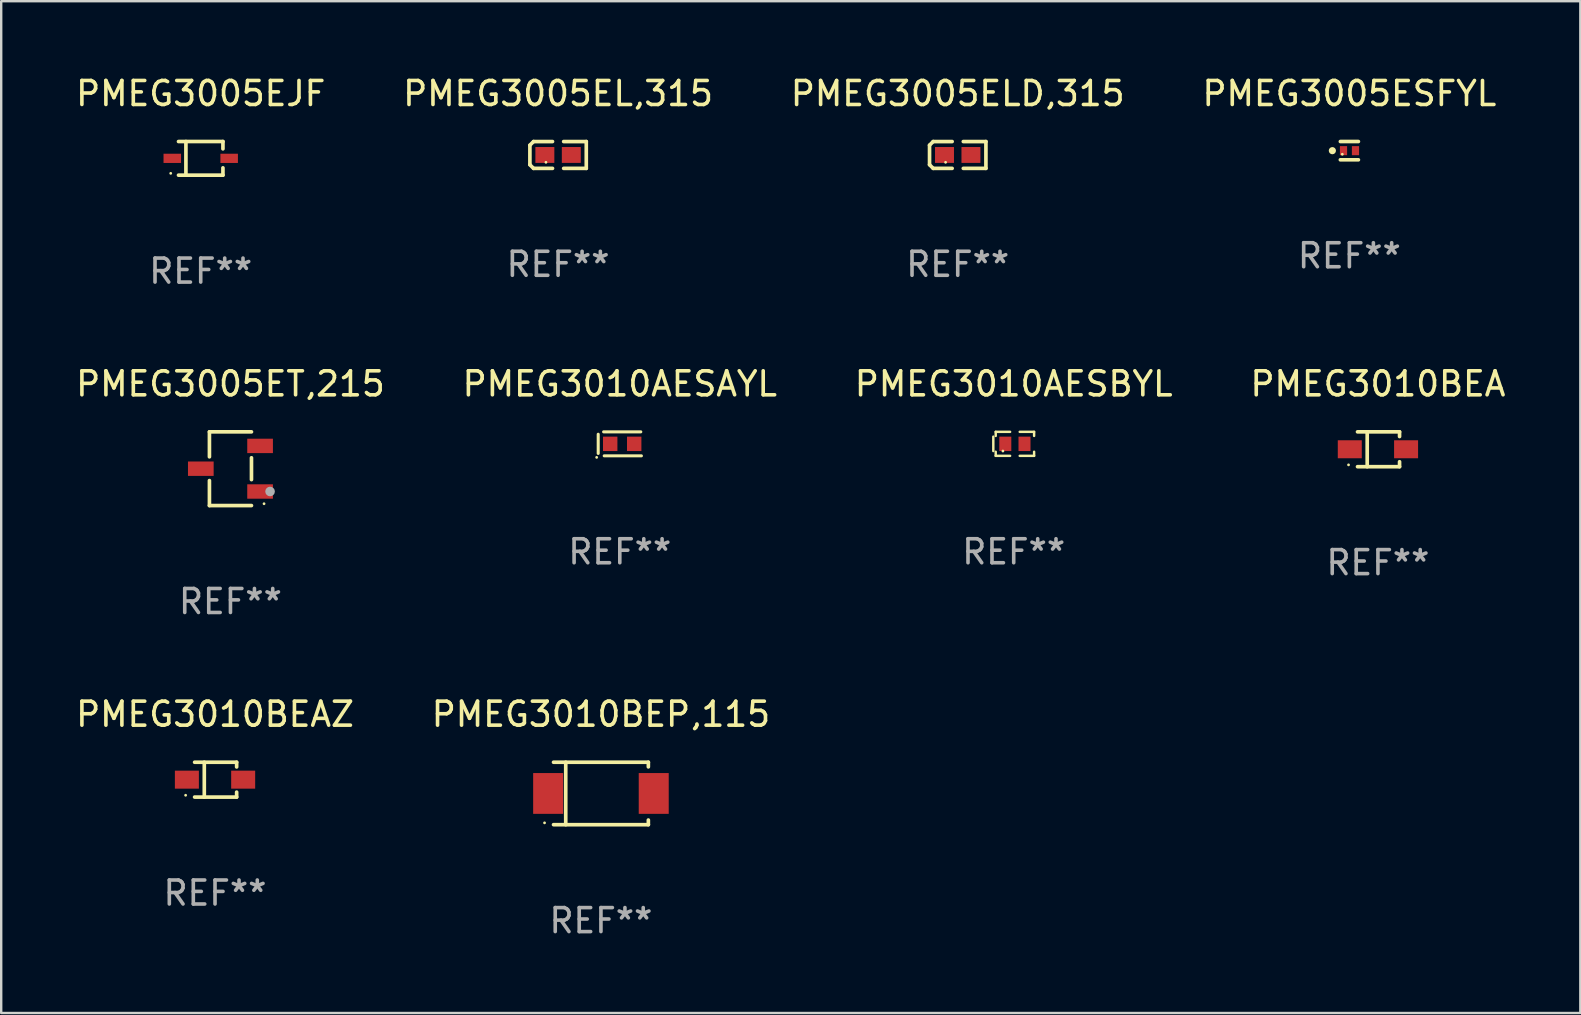
<source format=kicad_pcb>
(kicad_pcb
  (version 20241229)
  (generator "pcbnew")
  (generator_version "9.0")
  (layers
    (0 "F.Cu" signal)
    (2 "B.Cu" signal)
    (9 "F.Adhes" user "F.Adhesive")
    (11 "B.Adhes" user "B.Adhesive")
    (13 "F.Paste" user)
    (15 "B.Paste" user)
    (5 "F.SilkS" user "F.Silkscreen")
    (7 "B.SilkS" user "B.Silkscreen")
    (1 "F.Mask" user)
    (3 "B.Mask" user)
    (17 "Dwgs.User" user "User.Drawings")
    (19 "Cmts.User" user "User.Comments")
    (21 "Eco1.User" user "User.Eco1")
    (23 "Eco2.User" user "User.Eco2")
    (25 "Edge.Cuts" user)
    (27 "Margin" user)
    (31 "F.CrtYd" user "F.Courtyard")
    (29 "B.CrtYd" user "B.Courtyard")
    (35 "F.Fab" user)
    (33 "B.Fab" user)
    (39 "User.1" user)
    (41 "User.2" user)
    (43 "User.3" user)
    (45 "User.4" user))
  (footprint "PMEG3005ELD,315"
    (layer "F.Cu")
    (at 36.863 3.408)
    (property "Reference" "PMEG3005ELD,315" (at 0 -2.559 0) (layer "F.SilkS") (effects (font (size 1 1) (thickness 0.15))))
    (attr through_hole)
    (fp_line (start -1.175 -0.407) (end -1.023 -0.559) (stroke (width 0.152) (type solid)) (layer "F.SilkS"))
    (fp_line (start -1.175 0.407) (end -1.175 -0.407) (stroke (width 0.152) (type solid)) (layer "F.SilkS"))
    (fp_line (start -1.023 -0.559) (end -0.232 -0.559) (stroke (width 0.152) (type solid)) (layer "F.SilkS"))
    (fp_line (start -1.023 0.559) (end -1.175 0.407) (stroke (width 0.152) (type solid)) (layer "F.SilkS"))
    (fp_line (start -0.232 0.559) (end -1.023 0.559) (stroke (width 0.152) (type solid)) (layer "F.SilkS"))
    (fp_line (start 0.232 0.559) (end 1.175 0.559) (stroke (width 0.152) (type solid)) (layer "F.SilkS"))
    (fp_line (start 1.175 -0.559) (end 0.232 -0.559) (stroke (width 0.152) (type solid)) (layer "F.SilkS"))
    (fp_line (start 1.175 0.559) (end 1.175 -0.559) (stroke (width 0.152) (type solid)) (layer "F.SilkS"))
    (fp_circle (center -0.506 0.306) (end -0.476 0.306) (stroke (width 0.06) (type solid)) (fill no) (layer "F.SilkS"))
    (fp_text user "REF**" (at 0 4.559 0) (layer "F.Fab") (effects (font (size 1 1) (thickness 0.15))))
    (pad "1" smd rect (at -0.551 0) (size 0.79 0.661) (layers "F.Cu" "F.Mask" "F.Paste"))
    (pad "2" smd rect (at 0.551 0) (size 0.79 0.661) (layers "F.Cu" "F.Mask" "F.Paste")))
  (footprint "PMEG3005EL,315"
    (layer "F.Cu")
    (at 20.208 3.408)
    (property "Reference" "PMEG3005EL,315" (at 0 -2.559 0) (layer "F.SilkS") (effects (font (size 1 1) (thickness 0.15))))
    (attr through_hole)
    (fp_line (start -1.175 -0.407) (end -1.023 -0.559) (stroke (width 0.152) (type solid)) (layer "F.SilkS"))
    (fp_line (start -1.175 0.407) (end -1.175 -0.407) (stroke (width 0.152) (type solid)) (layer "F.SilkS"))
    (fp_line (start -1.023 -0.559) (end -0.232 -0.559) (stroke (width 0.152) (type solid)) (layer "F.SilkS"))
    (fp_line (start -1.023 0.559) (end -1.175 0.407) (stroke (width 0.152) (type solid)) (layer "F.SilkS"))
    (fp_line (start -0.232 0.559) (end -1.023 0.559) (stroke (width 0.152) (type solid)) (layer "F.SilkS"))
    (fp_line (start 0.232 0.559) (end 1.175 0.559) (stroke (width 0.152) (type solid)) (layer "F.SilkS"))
    (fp_line (start 1.175 -0.559) (end 0.232 -0.559) (stroke (width 0.152) (type solid)) (layer "F.SilkS"))
    (fp_line (start 1.175 0.559) (end 1.175 -0.559) (stroke (width 0.152) (type solid)) (layer "F.SilkS"))
    (fp_circle (center -0.506 0.306) (end -0.476 0.306) (stroke (width 0.06) (type solid)) (fill no) (layer "F.SilkS"))
    (fp_text user "REF**" (at 0 4.559 0) (layer "F.Fab") (effects (font (size 1 1) (thickness 0.15))))
    (pad "1" smd rect (at -0.551 0) (size 0.79 0.661) (layers "F.Cu" "F.Mask" "F.Paste"))
    (pad "2" smd rect (at 0.551 0) (size 0.79 0.661) (layers "F.Cu" "F.Mask" "F.Paste")))
  (footprint "PMEG3010BEA"
    (layer "F.Cu")
    (at 54.375 15.673)
    (property "Reference" "PMEG3010BEA" (at 0 -2.726 0) (layer "F.SilkS") (effects (font (size 1 1) (thickness 0.15))))
    (attr through_hole)
    (fp_line (start -0.851 -0.726) (end 0.901 -0.726) (stroke (width 0.152) (type solid)) (layer "F.SilkS"))
    (fp_line (start -0.851 0.726) (end 0.901 0.726) (stroke (width 0.152) (type solid)) (layer "F.SilkS"))
    (fp_line (start -0.447 -0.726) (end -0.447 0.726) (stroke (width 0.152) (type solid)) (layer "F.SilkS"))
    (fp_line (start 0.901 -0.726) (end 0.901 -0.53) (stroke (width 0.152) (type solid)) (layer "F.SilkS"))
    (fp_line (start 0.901 0.726) (end 0.901 0.52) (stroke (width 0.152) (type solid)) (layer "F.SilkS"))
    (fp_circle (center -1.225 0.65) (end -1.195 0.65) (stroke (width 0.06) (type solid)) (fill no) (layer "F.SilkS"))
    (fp_text user "REF**" (at 0 4.726 0) (layer "F.Fab") (effects (font (size 1 1) (thickness 0.15))))
    (pad "1" smd rect (at -1.173 0) (size 1 0.75) (layers "F.Cu" "F.Mask" "F.Paste"))
    (pad "2" smd rect (at 1.173 0) (size 1 0.75) (layers "F.Cu" "F.Mask" "F.Paste")))
  (footprint "PMEG3005ET,215"
    (layer "F.Cu")
    (at 6.554 16.483)
    (property "Reference" "PMEG3005ET,215" (at 0 -3.536 0) (layer "F.SilkS") (effects (font (size 1 1) (thickness 0.15))))
    (attr through_hole)
    (fp_line (start -0.876 -1.536) (end -0.876 -0.495) (stroke (width 0.152) (type solid)) (layer "F.SilkS"))
    (fp_line (start -0.876 1.536) (end -0.876 0.495) (stroke (width 0.152) (type solid)) (layer "F.SilkS"))
    (fp_line (start 0.876 -1.536) (end -0.876 -1.536) (stroke (width 0.152) (type solid)) (layer "F.SilkS"))
    (fp_line (start 0.876 -0.455) (end 0.876 0.455) (stroke (width 0.152) (type solid)) (layer "F.SilkS"))
    (fp_line (start 0.876 1.536) (end -0.876 1.536) (stroke (width 0.152) (type solid)) (layer "F.SilkS"))
    (fp_circle (center 1.4 1.46) (end 1.43 1.46) (stroke (width 0.06) (type solid)) (fill no) (layer "F.SilkS"))
    (fp_circle (center 1.651 0.95) (end 1.751 0.95) (stroke (width 0.2) (type solid)) (fill no) (layer "F.Fab"))
    (fp_text user "REF**" (at 0 5.536 0) (layer "F.Fab") (effects (font (size 1 1) (thickness 0.15))))
    (pad "1" smd rect (at 1.235 0.95) (size 1.07 0.6) (layers "F.Cu" "F.Mask" "F.Paste"))
    (pad "2" smd rect (at 1.235 -0.95) (size 1.07 0.6) (layers "F.Cu" "F.Mask" "F.Paste"))
    (pad "3" smd rect (at -1.235 0) (size 1.07 0.6) (layers "F.Cu" "F.Mask" "F.Paste")))
  (footprint "PMEG3010AESAYL"
    (layer "F.Cu")
    (at 22.78 15.447)
    (property "Reference" "PMEG3010AESAYL" (at 0 -2.5 0) (layer "F.SilkS") (effects (font (size 1 1) (thickness 0.15))))
    (attr through_hole)
    (fp_line (start -0.9 -0.4) (end -0.9 0.4) (stroke (width 0.127) (type solid)) (layer "F.SilkS"))
    (fp_line (start -0.675 -0.5) (end 0.875 -0.5) (stroke (width 0.127) (type solid)) (layer "F.SilkS"))
    (fp_line (start -0.65 0.5) (end 0.9 0.5) (stroke (width 0.127) (type solid)) (layer "F.SilkS"))
    (fp_circle (center -0.964 0.564) (end -0.934 0.564) (stroke (width 0.06) (type solid)) (fill no) (layer "F.SilkS"))
    (fp_text user "REF**" (at 0 4.5 0) (layer "F.Fab") (effects (font (size 1 1) (thickness 0.15))))
    (pad "1" smd rect (at -0.4 0) (size 0.6 0.6) (layers "F.Cu" "F.Mask" "F.Paste"))
    (pad "2" smd rect (at 0.6 0) (size 0.6 0.6) (layers "F.Cu" "F.Mask" "F.Paste")))
  (footprint "PMEG3010BEAZ"
    (layer "F.Cu")
    (at 5.911 29.442)
    (property "Reference" "PMEG3010BEAZ" (at 0 -2.726 0) (layer "F.SilkS") (effects (font (size 1 1) (thickness 0.15))))
    (attr through_hole)
    (fp_line (start -0.851 -0.726) (end 0.901 -0.726) (stroke (width 0.152) (type solid)) (layer "F.SilkS"))
    (fp_line (start -0.851 0.726) (end 0.901 0.726) (stroke (width 0.152) (type solid)) (layer "F.SilkS"))
    (fp_line (start -0.447 -0.726) (end -0.447 0.726) (stroke (width 0.152) (type solid)) (layer "F.SilkS"))
    (fp_line (start 0.901 -0.726) (end 0.901 -0.53) (stroke (width 0.152) (type solid)) (layer "F.SilkS"))
    (fp_line (start 0.901 0.726) (end 0.901 0.52) (stroke (width 0.152) (type solid)) (layer "F.SilkS"))
    (fp_circle (center -1.225 0.65) (end -1.195 0.65) (stroke (width 0.06) (type solid)) (fill no) (layer "F.SilkS"))
    (fp_text user "REF**" (at 0 4.726 0) (layer "F.Fab") (effects (font (size 1 1) (thickness 0.15))))
    (pad "1" smd rect (at -1.173 0) (size 1 0.75) (layers "F.Cu" "F.Mask" "F.Paste"))
    (pad "2" smd rect (at 1.173 0) (size 1 0.75) (layers "F.Cu" "F.Mask" "F.Paste")))
  (footprint "PMEG3010BEP,115"
    (layer "F.Cu")
    (at 21.994 30.017)
    (property "Reference" "PMEG3010BEP,115" (at 0 -3.301 0) (layer "F.SilkS") (effects (font (size 1 1) (thickness 0.15))))
    (attr through_hole)
    (fp_line (start -1.976 -1.301) (end 1.976 -1.301) (stroke (width 0.152) (type solid)) (layer "F.SilkS"))
    (fp_line (start -1.976 1.301) (end 1.976 1.301) (stroke (width 0.152) (type solid)) (layer "F.SilkS"))
    (fp_line (start -1.467 -1.301) (end -1.467 1.301) (stroke (width 0.152) (type solid)) (layer "F.SilkS"))
    (fp_line (start 1.976 -1.301) (end 1.976 -1.108) (stroke (width 0.152) (type solid)) (layer "F.SilkS"))
    (fp_line (start 1.976 1.301) (end 1.976 1.108) (stroke (width 0.152) (type solid)) (layer "F.SilkS"))
    (fp_circle (center -2.35 1.225) (end -2.32 1.225) (stroke (width 0.06) (type solid)) (fill no) (layer "F.SilkS"))
    (fp_text user "REF**" (at 0 5.301 0) (layer "F.Fab") (effects (font (size 1 1) (thickness 0.15))))
    (pad "1" smd rect (at -2.2 0 180) (size 1.25 1.7) (layers "F.Cu" "F.Mask" "F.Paste"))
    (pad "2" smd rect (at 2.2 0 180) (size 1.25 1.7) (layers "F.Cu" "F.Mask" "F.Paste")))
  (footprint "PMEG3005EJF"
    (layer "F.Cu")
    (at 5.315 3.549)
    (property "Reference" "PMEG3005EJF" (at 0 -2.701 0) (layer "F.SilkS") (effects (font (size 1 1) (thickness 0.15))))
    (attr through_hole)
    (fp_line (start -0.926 -0.701) (end 0.926 -0.701) (stroke (width 0.152) (type solid)) (layer "F.SilkS"))
    (fp_line (start -0.926 0.701) (end 0.926 0.701) (stroke (width 0.152) (type solid)) (layer "F.SilkS"))
    (fp_line (start -0.617 -0.701) (end -0.617 0.701) (stroke (width 0.152) (type solid)) (layer "F.SilkS"))
    (fp_line (start 0.926 -0.701) (end 0.926 -0.396) (stroke (width 0.152) (type solid)) (layer "F.SilkS"))
    (fp_line (start 0.926 0.701) (end 0.926 0.396) (stroke (width 0.152) (type solid)) (layer "F.SilkS"))
    (fp_circle (center -1.25 0.625) (end -1.22 0.625) (stroke (width 0.06) (type solid)) (fill no) (layer "F.SilkS"))
    (fp_text user "REF**" (at 0 4.701 0) (layer "F.Fab") (effects (font (size 1 1) (thickness 0.15))))
    (pad "1" smd rect (at -1.185 0 180) (size 0.73 0.385) (layers "F.Cu" "F.Mask" "F.Paste"))
    (pad "2" smd rect (at 1.185 0 180) (size 0.73 0.385) (layers "F.Cu" "F.Mask" "F.Paste")))
  (footprint "PMEG3010AESBYL"
    (layer "F.Cu")
    (at 39.196 15.447)
    (property "Reference" "PMEG3010AESBYL" (at 0 -2.5 0) (layer "F.SilkS") (effects (font (size 1 1) (thickness 0.15))))
    (attr through_hole)
    (fp_line (start -0.85 -0.3) (end -0.85 0.3) (stroke (width 0.102) (type solid)) (layer "F.SilkS"))
    (fp_line (start -0.75 -0.5) (end -0.75 -0.329) (stroke (width 0.102) (type solid)) (layer "F.SilkS"))
    (fp_line (start -0.75 0.329) (end -0.75 0.5) (stroke (width 0.102) (type solid)) (layer "F.SilkS"))
    (fp_line (start -0.75 0.5) (end -0.15 0.5) (stroke (width 0.102) (type solid)) (layer "F.SilkS"))
    (fp_line (start -0.15 -0.5) (end -0.75 -0.5) (stroke (width 0.102) (type solid)) (layer "F.SilkS"))
    (fp_line (start 0.25 -0.5) (end 0.85 -0.5) (stroke (width 0.102) (type solid)) (layer "F.SilkS"))
    (fp_line (start 0.85 -0.5) (end 0.85 -0.33) (stroke (width 0.102) (type solid)) (layer "F.SilkS"))
    (fp_line (start 0.85 0.33) (end 0.85 0.5) (stroke (width 0.102) (type solid)) (layer "F.SilkS"))
    (fp_line (start 0.85 0.5) (end 0.25 0.5) (stroke (width 0.102) (type solid)) (layer "F.SilkS"))
    (fp_circle (center -0.45 0.3) (end -0.42 0.3) (stroke (width 0.06) (type solid)) (fill no) (layer "F.SilkS"))
    (fp_text user "REF**" (at 0 4.5 0) (layer "F.Fab") (effects (font (size 1 1) (thickness 0.15))))
    (pad "1" smd rect (at -0.35 0) (size 0.5 0.6) (layers "F.Cu" "F.Mask" "F.Paste"))
    (pad "2" smd rect (at 0.45 0) (size 0.5 0.6) (layers "F.Cu" "F.Mask" "F.Paste")))
  (footprint "PMEG3005ESFYL"
    (layer "F.Cu")
    (at 53.185 3.229)
    (property "Reference" "PMEG3005ESFYL" (at 0 -2.381 0) (layer "F.SilkS") (effects (font (size 1 1) (thickness 0.15))))
    (attr through_hole)
    (fp_line (start -0.376 -0.381) (end 0.376 -0.381) (stroke (width 0.152) (type solid)) (layer "F.SilkS"))
    (fp_line (start -0.376 0.381) (end 0.376 0.381) (stroke (width 0.152) (type solid)) (layer "F.SilkS"))
    (fp_circle (center -0.709 0) (end -0.634 0) (stroke (width 0.15) (type solid)) (fill no) (layer "F.SilkS"))
    (fp_circle (center -0.295 0.15) (end -0.265 0.15) (stroke (width 0.06) (type solid)) (fill no) (layer "F.SilkS"))
    (fp_text user "REF**" (at 0 4.381 0) (layer "F.Fab") (effects (font (size 1 1) (thickness 0.15))))
    (pad "1" smd rect (at -0.245 0) (size 0.3 0.378) (layers "F.Cu" "F.Mask" "F.Paste"))
    (pad "2" smd rect (at 0.254 0) (size 0.3 0.378) (layers "F.Cu" "F.Mask" "F.Paste")))
  (gr_rect
    (start -3 -3)
    (end 62.81 39.167)
    (stroke (width 0.1) (type default))
    (fill no)
    (layer "Edge.Cuts")))
</source>
